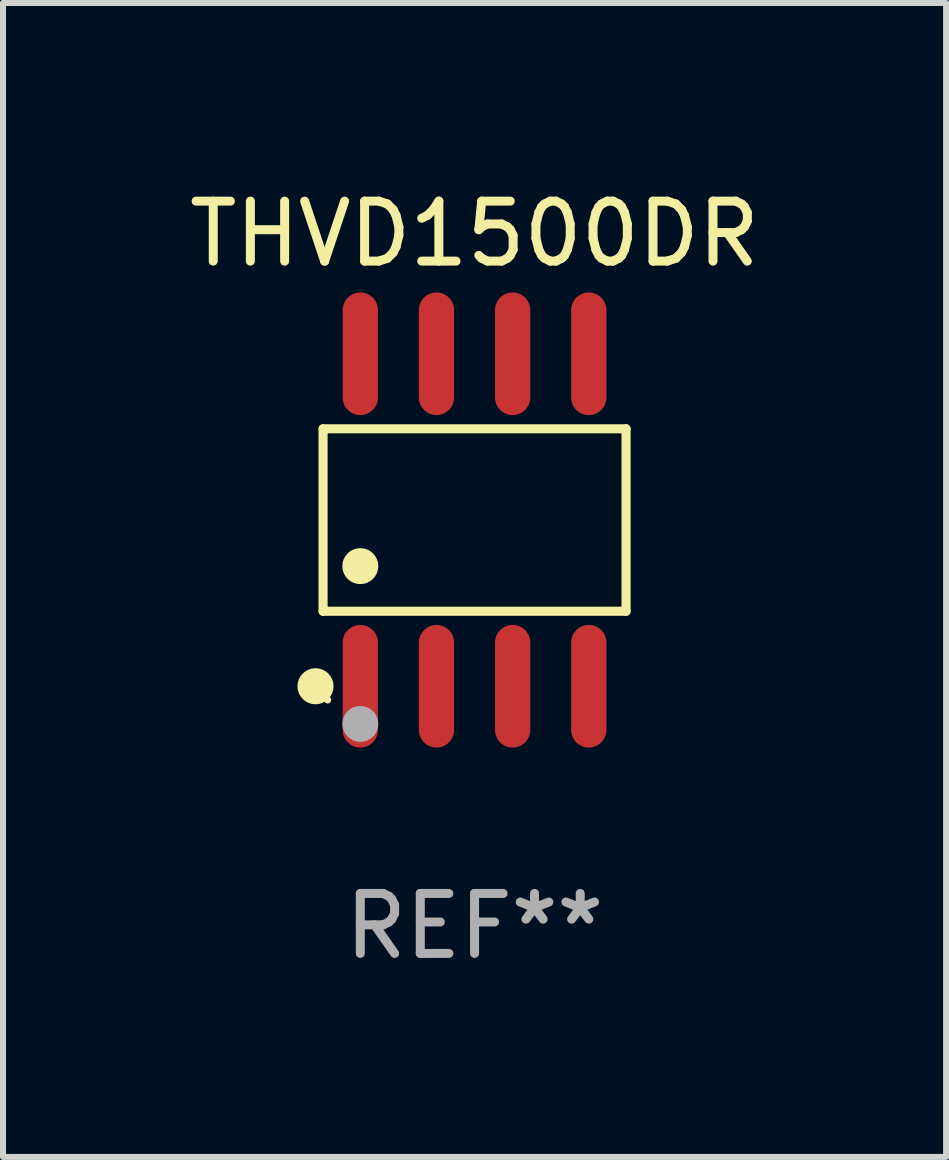
<source format=kicad_pcb>
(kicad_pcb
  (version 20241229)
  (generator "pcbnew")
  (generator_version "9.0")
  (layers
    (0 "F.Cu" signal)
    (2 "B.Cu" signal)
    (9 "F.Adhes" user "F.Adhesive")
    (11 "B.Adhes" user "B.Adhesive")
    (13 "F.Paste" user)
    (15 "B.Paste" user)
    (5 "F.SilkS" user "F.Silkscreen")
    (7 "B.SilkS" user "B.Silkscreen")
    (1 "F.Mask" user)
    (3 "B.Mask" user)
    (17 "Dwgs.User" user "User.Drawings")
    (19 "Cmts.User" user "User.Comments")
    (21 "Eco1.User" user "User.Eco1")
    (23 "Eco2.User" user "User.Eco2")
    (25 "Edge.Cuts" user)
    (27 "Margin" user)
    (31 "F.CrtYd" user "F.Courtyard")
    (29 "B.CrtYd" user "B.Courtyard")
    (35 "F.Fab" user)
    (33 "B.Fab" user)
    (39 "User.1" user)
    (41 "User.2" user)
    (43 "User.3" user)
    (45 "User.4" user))
  (footprint "THVD1500DR"
    (layer "F.Cu")
    (at 4.863 5.621)
    (property "Reference" "THVD1500DR" (at 0 -4.772 0) (layer "F.SilkS") (effects (font (size 1 1) (thickness 0.15))))
    (attr through_hole)
    (fp_line (start -2.526 -1.521) (end 2.526 -1.521) (stroke (width 0.152) (type solid)) (layer "F.SilkS"))
    (fp_line (start -2.526 1.521) (end -2.526 -1.521) (stroke (width 0.152) (type solid)) (layer "F.SilkS"))
    (fp_line (start 2.526 -1.521) (end 2.526 1.521) (stroke (width 0.152) (type solid)) (layer "F.SilkS"))
    (fp_line (start 2.526 1.521) (end -2.526 1.521) (stroke (width 0.152) (type solid)) (layer "F.SilkS"))
    (fp_circle (center -2.652 2.772) (end -2.501 2.772) (stroke (width 0.3) (type solid)) (fill no) (layer "F.SilkS"))
    (fp_circle (center -2.45 3) (end -2.42 3) (stroke (width 0.06) (type solid)) (fill no) (layer "F.SilkS"))
    (fp_circle (center -1.905 0.769) (end -1.755 0.769) (stroke (width 0.3) (type solid)) (fill no) (layer "F.SilkS"))
    (fp_circle (center -1.905 3.4) (end -1.755 3.4) (stroke (width 0.3) (type solid)) (fill no) (layer "F.Fab"))
    (fp_text user "REF**" (at 0 6.772 0) (layer "F.Fab") (effects (font (size 1 1) (thickness 0.15))))
    (pad "1" smd oval (at -1.905 2.772) (size 0.588 2.045) (layers "F.Cu" "F.Mask" "F.Paste"))
    (pad "2" smd oval (at -0.635 2.772) (size 0.588 2.045) (layers "F.Cu" "F.Mask" "F.Paste"))
    (pad "3" smd oval (at 0.635 2.772) (size 0.588 2.045) (layers "F.Cu" "F.Mask" "F.Paste"))
    (pad "4" smd oval (at 1.905 2.772) (size 0.588 2.045) (layers "F.Cu" "F.Mask" "F.Paste"))
    (pad "5" smd oval (at 1.905 -2.772) (size 0.588 2.045) (layers "F.Cu" "F.Mask" "F.Paste"))
    (pad "6" smd oval (at 0.635 -2.772) (size 0.588 2.045) (layers "F.Cu" "F.Mask" "F.Paste"))
    (pad "7" smd oval (at -0.635 -2.772) (size 0.588 2.045) (layers "F.Cu" "F.Mask" "F.Paste"))
    (pad "8" smd oval (at -1.905 -2.772) (size 0.588 2.045) (layers "F.Cu" "F.Mask" "F.Paste")))
  (gr_rect
    (start -3 -3)
    (end 12.726 16.241)
    (stroke (width 0.1) (type default))
    (fill no)
    (layer "Edge.Cuts")))
</source>
